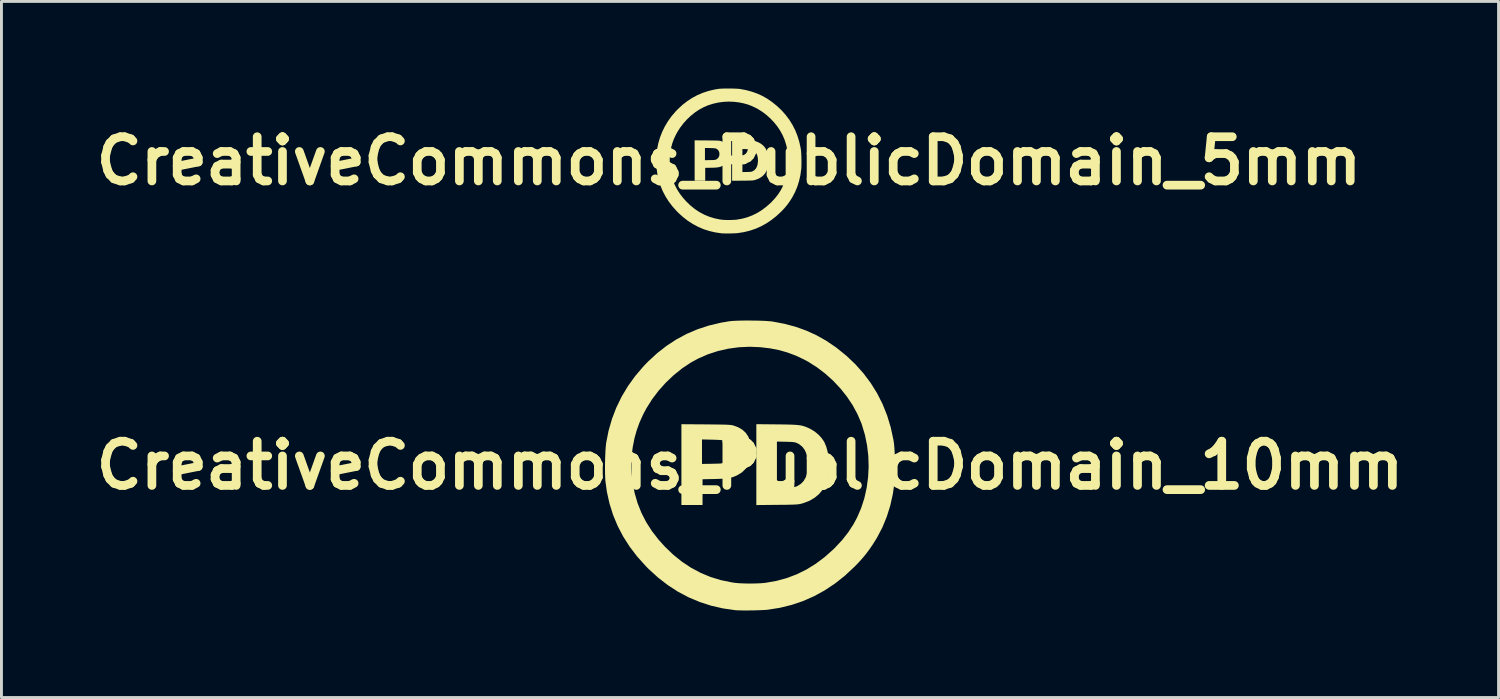
<source format=kicad_pcb>
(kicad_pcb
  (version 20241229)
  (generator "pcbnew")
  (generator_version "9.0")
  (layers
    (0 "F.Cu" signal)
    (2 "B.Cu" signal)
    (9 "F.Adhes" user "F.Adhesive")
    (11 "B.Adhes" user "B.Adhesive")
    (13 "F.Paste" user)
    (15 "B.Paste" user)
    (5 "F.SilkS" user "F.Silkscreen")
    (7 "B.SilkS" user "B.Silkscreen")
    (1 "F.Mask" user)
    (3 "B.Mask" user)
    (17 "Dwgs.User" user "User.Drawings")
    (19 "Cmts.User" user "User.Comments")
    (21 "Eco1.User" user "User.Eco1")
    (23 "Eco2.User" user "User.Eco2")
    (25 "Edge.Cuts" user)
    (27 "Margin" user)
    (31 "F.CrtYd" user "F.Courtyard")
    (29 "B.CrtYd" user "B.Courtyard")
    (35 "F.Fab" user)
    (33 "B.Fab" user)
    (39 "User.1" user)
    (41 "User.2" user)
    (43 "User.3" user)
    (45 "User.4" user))
  (footprint "CreativeCommons_PublicDomain_5mm"
    (layer "F.Cu")
    (at 22.069 2.496)
    (property "Reference" "CreativeCommons_PublicDomain_5mm" (at 0 0 0) (layer "F.SilkS") (effects (font (size 1.524 1.524) (thickness 0.3))))
    (attr board_only exclude_from_pos_files exclude_from_bom)
    (fp_poly (pts (xy -0.761 -0.707) (xy -0.66 -0.706) (xy -0.576 -0.705) (xy -0.506 -0.704) (xy -0.45 -0.703) (xy -0.404 -0.701) (xy -0.368 -0.7) (xy -0.34 -0.697) (xy -0.318 -0.695) (xy -0.301 -0.691) (xy -0.286 -0.688) (xy -0.201 -0.656) (xy -0.13 -0.614) (xy -0.073 -0.561) (xy -0.03 -0.496) (xy 0.002 -0.418) (xy 0.015 -0.361) (xy 0.026 -0.264) (xy 0.021 -0.171) (xy 0.002 -0.085) (xy -0.032 -0.007) (xy -0.079 0.062) (xy -0.14 0.12) (xy -0.208 0.163) (xy -0.249 0.183) (xy -0.288 0.198) (xy -0.327 0.21) (xy -0.37 0.219) (xy -0.42 0.225) (xy -0.479 0.23) (xy -0.552 0.233) (xy -0.607 0.234) (xy -0.818 0.238) (xy -0.818 0.682) (xy -1.182 0.682) (xy -1.182 -0.447) (xy -0.827 -0.447) (xy -0.827 -0.025) (xy -0.652 -0.029) (xy -0.591 -0.03) (xy -0.545 -0.031) (xy -0.511 -0.033) (xy -0.486 -0.036) (xy -0.467 -0.04) (xy -0.451 -0.046) (xy -0.435 -0.053) (xy -0.432 -0.055) (xy -0.388 -0.087) (xy -0.355 -0.128) (xy -0.335 -0.177) (xy -0.327 -0.229) (xy -0.331 -0.281) (xy -0.346 -0.331) (xy -0.373 -0.374) (xy -0.412 -0.409) (xy -0.439 -0.423) (xy -0.456 -0.429) (xy -0.479 -0.434) (xy -0.508 -0.438) (xy -0.549 -0.44) (xy -0.602 -0.442) (xy -0.652 -0.444) (xy -0.827 -0.447) (xy -1.182 -0.447) (xy -1.182 -0.71)) (stroke (width 0) (type solid)) (fill yes) (layer "F.SilkS"))
    (fp_poly (pts (xy 0.466 -0.707) (xy 0.566 -0.706) (xy 0.649 -0.704) (xy 0.719 -0.702) (xy 0.778 -0.699) (xy 0.826 -0.695) (xy 0.867 -0.69) (xy 0.903 -0.683) (xy 0.936 -0.673) (xy 0.968 -0.661) (xy 1.001 -0.647) (xy 1.038 -0.63) (xy 1.045 -0.626) (xy 1.113 -0.585) (xy 1.178 -0.532) (xy 1.234 -0.472) (xy 1.277 -0.408) (xy 1.28 -0.402) (xy 1.313 -0.325) (xy 1.337 -0.236) (xy 1.353 -0.137) (xy 1.36 -0.034) (xy 1.358 0.07) (xy 1.346 0.171) (xy 1.332 0.241) (xy 1.299 0.336) (xy 1.251 0.421) (xy 1.188 0.495) (xy 1.112 0.558) (xy 1.022 0.61) (xy 0.92 0.649) (xy 0.895 0.656) (xy 0.876 0.661) (xy 0.857 0.666) (xy 0.836 0.669) (xy 0.811 0.672) (xy 0.78 0.674) (xy 0.741 0.675) (xy 0.692 0.677) (xy 0.632 0.678) (xy 0.557 0.679) (xy 0.466 0.68) (xy 0.109 0.683) (xy 0.109 -0.411) (xy 0.464 -0.411) (xy 0.464 0.383) (xy 0.616 0.38) (xy 0.674 0.379) (xy 0.717 0.377) (xy 0.749 0.374) (xy 0.773 0.371) (xy 0.792 0.365) (xy 0.811 0.357) (xy 0.814 0.356) (xy 0.875 0.319) (xy 0.924 0.267) (xy 0.961 0.203) (xy 0.986 0.126) (xy 0.998 0.035) (xy 1 -0.014) (xy 0.994 -0.11) (xy 0.975 -0.194) (xy 0.944 -0.264) (xy 0.901 -0.322) (xy 0.846 -0.366) (xy 0.814 -0.383) (xy 0.795 -0.391) (xy 0.775 -0.397) (xy 0.751 -0.401) (xy 0.719 -0.404) (xy 0.677 -0.406) (xy 0.62 -0.407) (xy 0.616 -0.407) (xy 0.464 -0.411) (xy 0.109 -0.411) (xy 0.109 -0.711)) (stroke (width 0) (type solid)) (fill yes) (layer "F.SilkS"))
    (fp_poly (pts (xy 0.065 -2.496) (xy 0.149 -2.494) (xy 0.227 -2.491) (xy 0.297 -2.488) (xy 0.354 -2.483) (xy 0.391 -2.479) (xy 0.596 -2.439) (xy 0.789 -2.387) (xy 0.972 -2.322) (xy 1.146 -2.243) (xy 1.313 -2.149) (xy 1.474 -2.039) (xy 1.49 -2.027) (xy 1.661 -1.889) (xy 1.817 -1.741) (xy 1.957 -1.583) (xy 2.082 -1.416) (xy 2.191 -1.24) (xy 2.285 -1.055) (xy 2.362 -0.861) (xy 2.424 -0.658) (xy 2.47 -0.446) (xy 2.478 -0.4) (xy 2.484 -0.351) (xy 2.489 -0.288) (xy 2.493 -0.213) (xy 2.496 -0.132) (xy 2.498 -0.047) (xy 2.499 0.037) (xy 2.498 0.118) (xy 2.497 0.19) (xy 2.494 0.252) (xy 2.491 0.279) (xy 2.462 0.49) (xy 2.416 0.693) (xy 2.356 0.886) (xy 2.279 1.07) (xy 2.187 1.246) (xy 2.114 1.364) (xy 2.054 1.45) (xy 1.998 1.526) (xy 1.939 1.597) (xy 1.875 1.668) (xy 1.801 1.745) (xy 1.796 1.75) (xy 1.633 1.901) (xy 1.463 2.035) (xy 1.287 2.153) (xy 1.105 2.253) (xy 0.915 2.337) (xy 0.719 2.403) (xy 0.515 2.453) (xy 0.305 2.486) (xy 0.305 2.486) (xy 0.262 2.49) (xy 0.206 2.493) (xy 0.14 2.496) (xy 0.069 2.498) (xy -0.005 2.499) (xy -0.077 2.499) (xy -0.143 2.498) (xy -0.2 2.497) (xy -0.244 2.495) (xy -0.255 2.494) (xy -0.467 2.463) (xy -0.671 2.416) (xy -0.869 2.353) (xy -1.059 2.272) (xy -1.241 2.175) (xy -1.417 2.062) (xy -1.585 1.931) (xy -1.747 1.784) (xy -1.797 1.734) (xy -1.944 1.57) (xy -2.073 1.401) (xy -2.185 1.225) (xy -2.281 1.042) (xy -2.359 0.853) (xy -2.421 0.657) (xy -2.466 0.455) (xy -2.491 0.27) (xy -2.495 0.216) (xy -2.498 0.148) (xy -2.499 0.071) (xy -2.499 0.043) (xy -2.04 0.043) (xy -2.038 0.133) (xy -2.033 0.216) (xy -2.025 0.286) (xy -2.024 0.291) (xy -1.988 0.475) (xy -1.937 0.651) (xy -1.871 0.818) (xy -1.788 0.978) (xy -1.69 1.132) (xy -1.574 1.281) (xy -1.468 1.398) (xy -1.324 1.537) (xy -1.174 1.658) (xy -1.017 1.762) (xy -0.853 1.85) (xy -0.682 1.921) (xy -0.504 1.976) (xy -0.317 2.015) (xy -0.266 2.022) (xy -0.205 2.029) (xy -0.131 2.033) (xy -0.05 2.035) (xy 0.035 2.035) (xy 0.119 2.033) (xy 0.195 2.029) (xy 0.26 2.024) (xy 0.269 2.022) (xy 0.455 1.99) (xy 0.634 1.941) (xy 0.805 1.876) (xy 0.97 1.795) (xy 1.129 1.697) (xy 1.283 1.581) (xy 1.433 1.449) (xy 1.469 1.414) (xy 1.589 1.284) (xy 1.693 1.152) (xy 1.783 1.013) (xy 1.845 0.896) (xy 1.915 0.734) (xy 1.97 0.563) (xy 2.01 0.386) (xy 2.035 0.204) (xy 2.044 0.019) (xy 2.038 -0.166) (xy 2.016 -0.349) (xy 1.979 -0.53) (xy 1.926 -0.705) (xy 1.918 -0.729) (xy 1.851 -0.885) (xy 1.768 -1.038) (xy 1.67 -1.186) (xy 1.558 -1.326) (xy 1.434 -1.458) (xy 1.299 -1.579) (xy 1.156 -1.689) (xy 1.005 -1.785) (xy 0.925 -1.828) (xy 0.784 -1.894) (xy 0.643 -1.947) (xy 0.498 -1.987) (xy 0.346 -2.017) (xy 0.182 -2.037) (xy 0.177 -2.037) (xy -0.008 -2.045) (xy -0.193 -2.036) (xy -0.376 -2.011) (xy -0.553 -1.97) (xy -0.725 -1.915) (xy -0.888 -1.844) (xy -1.018 -1.773) (xy -1.17 -1.672) (xy -1.315 -1.556) (xy -1.451 -1.427) (xy -1.576 -1.287) (xy -1.688 -1.138) (xy -1.786 -0.983) (xy -1.841 -0.878) (xy -1.903 -0.742) (xy -1.952 -0.608) (xy -1.99 -0.47) (xy -2.019 -0.324) (xy -2.024 -0.291) (xy -2.032 -0.222) (xy -2.038 -0.14) (xy -2.04 -0.05) (xy -2.04 0.043) (xy -2.499 0.043) (xy -2.498 -0.012) (xy -2.497 -0.096) (xy -2.494 -0.179) (xy -2.49 -0.256) (xy -2.486 -0.324) (xy -2.48 -0.379) (xy -2.478 -0.391) (xy -2.437 -0.6) (xy -2.378 -0.802) (xy -2.303 -0.997) (xy -2.211 -1.186) (xy -2.103 -1.366) (xy -1.979 -1.54) (xy -1.838 -1.705) (xy -1.759 -1.786) (xy -1.603 -1.931) (xy -1.439 -2.059) (xy -1.268 -2.171) (xy -1.09 -2.267) (xy -0.902 -2.347) (xy -0.706 -2.411) (xy -0.5 -2.46) (xy -0.359 -2.484) (xy -0.314 -2.488) (xy -0.255 -2.492) (xy -0.183 -2.494) (xy -0.104 -2.496) (xy -0.02 -2.496)) (stroke (width 0) (type solid)) (fill yes) (layer "F.SilkS")))
  (footprint "CreativeCommons_PublicDomain_10mm"
    (layer "F.Cu")
    (at 22.795 12.988)
    (property "Reference" "CreativeCommons_PublicDomain_10mm" (at 0 0 0) (layer "F.SilkS") (effects (font (size 1.524 1.524) (thickness 0.3))))
    (attr board_only exclude_from_pos_files exclude_from_bom)
    (fp_poly (pts (xy -1.523 -1.414) (xy -1.321 -1.412) (xy -1.152 -1.41) (xy -1.013 -1.408) (xy -0.899 -1.406) (xy -0.808 -1.403) (xy -0.737 -1.399) (xy -0.681 -1.395) (xy -0.637 -1.389) (xy -0.601 -1.383) (xy -0.573 -1.376) (xy -0.402 -1.312) (xy -0.26 -1.228) (xy -0.146 -1.122) (xy -0.059 -0.992) (xy 0.003 -0.836) (xy 0.031 -0.721) (xy 0.052 -0.527) (xy 0.043 -0.343) (xy 0.004 -0.17) (xy -0.064 -0.014) (xy -0.159 0.124) (xy -0.279 0.24) (xy -0.416 0.326) (xy -0.499 0.366) (xy -0.576 0.397) (xy -0.654 0.421) (xy -0.74 0.438) (xy -0.84 0.451) (xy -0.959 0.459) (xy -1.104 0.465) (xy -1.214 0.468) (xy -1.636 0.477) (xy -1.636 1.364) (xy -2.364 1.364) (xy -2.364 -0.895) (xy -1.655 -0.895) (xy -1.655 -0.051) (xy -1.304 -0.057) (xy -1.182 -0.06) (xy -1.09 -0.062) (xy -1.022 -0.066) (xy -0.972 -0.072) (xy -0.934 -0.08) (xy -0.902 -0.091) (xy -0.87 -0.107) (xy -0.863 -0.11) (xy -0.775 -0.174) (xy -0.711 -0.257) (xy -0.671 -0.354) (xy -0.654 -0.458) (xy -0.661 -0.562) (xy -0.692 -0.662) (xy -0.746 -0.749) (xy -0.823 -0.818) (xy -0.878 -0.847) (xy -0.913 -0.859) (xy -0.957 -0.868) (xy -1.017 -0.875) (xy -1.097 -0.88) (xy -1.204 -0.884) (xy -1.305 -0.887) (xy -1.655 -0.895) (xy -2.364 -0.895) (xy -2.364 -1.42)) (stroke (width 0) (type solid)) (fill yes) (layer "F.SilkS"))
    (fp_poly (pts (xy 0.932 -1.414) (xy 1.131 -1.412) (xy 1.299 -1.409) (xy 1.439 -1.405) (xy 1.555 -1.399) (xy 1.652 -1.391) (xy 1.735 -1.38) (xy 1.807 -1.365) (xy 1.872 -1.346) (xy 1.936 -1.323) (xy 2.003 -1.294) (xy 2.076 -1.259) (xy 2.09 -1.252) (xy 2.226 -1.17) (xy 2.355 -1.064) (xy 2.467 -0.943) (xy 2.554 -0.817) (xy 2.56 -0.805) (xy 2.626 -0.65) (xy 2.675 -0.471) (xy 2.706 -0.275) (xy 2.72 -0.068) (xy 2.716 0.14) (xy 2.693 0.343) (xy 2.664 0.482) (xy 2.597 0.672) (xy 2.501 0.841) (xy 2.376 0.99) (xy 2.224 1.116) (xy 2.045 1.22) (xy 1.84 1.298) (xy 1.791 1.313) (xy 1.752 1.323) (xy 1.713 1.331) (xy 1.671 1.338) (xy 1.621 1.343) (xy 1.56 1.347) (xy 1.482 1.351) (xy 1.385 1.353) (xy 1.263 1.356) (xy 1.113 1.357) (xy 0.932 1.359) (xy 0.218 1.366) (xy 0.218 -0.822) (xy 0.927 -0.822) (xy 0.927 0.767) (xy 1.232 0.76) (xy 1.347 0.758) (xy 1.434 0.754) (xy 1.497 0.749) (xy 1.545 0.741) (xy 1.585 0.73) (xy 1.622 0.715) (xy 1.627 0.713) (xy 1.75 0.637) (xy 1.849 0.535) (xy 1.923 0.406) (xy 1.972 0.251) (xy 1.997 0.07) (xy 2 -0.027) (xy 1.988 -0.22) (xy 1.95 -0.387) (xy 1.888 -0.529) (xy 1.802 -0.644) (xy 1.692 -0.733) (xy 1.627 -0.767) (xy 1.589 -0.782) (xy 1.55 -0.794) (xy 1.502 -0.802) (xy 1.439 -0.808) (xy 1.354 -0.812) (xy 1.24 -0.815) (xy 1.232 -0.815) (xy 0.927 -0.822) (xy 0.218 -0.822) (xy 0.218 -1.421)) (stroke (width 0) (type solid)) (fill yes) (layer "F.SilkS"))
    (fp_poly (pts (xy 0.131 -4.991) (xy 0.298 -4.988) (xy 0.454 -4.983) (xy 0.593 -4.975) (xy 0.708 -4.966) (xy 0.782 -4.957) (xy 1.192 -4.879) (xy 1.578 -4.775) (xy 1.943 -4.644) (xy 2.291 -4.485) (xy 2.625 -4.297) (xy 2.948 -4.078) (xy 2.98 -4.055) (xy 3.323 -3.778) (xy 3.634 -3.482) (xy 3.915 -3.166) (xy 4.164 -2.833) (xy 4.383 -2.48) (xy 4.57 -2.11) (xy 4.725 -1.721) (xy 4.848 -1.315) (xy 4.94 -0.892) (xy 4.955 -0.8) (xy 4.967 -0.702) (xy 4.977 -0.575) (xy 4.986 -0.427) (xy 4.992 -0.264) (xy 4.996 -0.094) (xy 4.998 0.074) (xy 4.997 0.235) (xy 4.993 0.381) (xy 4.987 0.503) (xy 4.983 0.557) (xy 4.923 0.981) (xy 4.833 1.385) (xy 4.711 1.772) (xy 4.559 2.141) (xy 4.374 2.493) (xy 4.228 2.727) (xy 4.109 2.9) (xy 3.995 3.052) (xy 3.879 3.194) (xy 3.751 3.336) (xy 3.603 3.489) (xy 3.591 3.5) (xy 3.266 3.803) (xy 2.927 4.071) (xy 2.575 4.305) (xy 2.209 4.506) (xy 1.83 4.673) (xy 1.437 4.806) (xy 1.031 4.906) (xy 0.61 4.973) (xy 0.609 4.973) (xy 0.524 4.98) (xy 0.412 4.986) (xy 0.281 4.991) (xy 0.138 4.995) (xy -0.01 4.997) (xy -0.153 4.998) (xy -0.286 4.997) (xy -0.4 4.994) (xy -0.488 4.99) (xy -0.509 4.988) (xy -0.933 4.927) (xy -1.343 4.833) (xy -1.737 4.705) (xy -2.117 4.545) (xy -2.483 4.351) (xy -2.834 4.124) (xy -3.171 3.863) (xy -3.494 3.569) (xy -3.594 3.467) (xy -3.887 3.141) (xy -4.146 2.802) (xy -4.371 2.449) (xy -4.562 2.084) (xy -4.719 1.706) (xy -4.842 1.314) (xy -4.932 0.91) (xy -4.983 0.54) (xy -4.99 0.432) (xy -4.995 0.297) (xy -4.997 0.142) (xy -4.997 0.086) (xy -4.081 0.086) (xy -4.076 0.267) (xy -4.065 0.432) (xy -4.05 0.573) (xy -4.048 0.582) (xy -3.976 0.951) (xy -3.874 1.301) (xy -3.741 1.636) (xy -3.577 1.956) (xy -3.379 2.264) (xy -3.148 2.562) (xy -2.936 2.797) (xy -2.648 3.074) (xy -2.348 3.316) (xy -2.034 3.525) (xy -1.706 3.7) (xy -1.364 3.843) (xy -1.008 3.952) (xy -0.635 4.029) (xy -0.531 4.045) (xy -0.41 4.057) (xy -0.263 4.065) (xy -0.099 4.07) (xy 0.071 4.07) (xy 0.237 4.066) (xy 0.391 4.059) (xy 0.52 4.047) (xy 0.539 4.045) (xy 0.911 3.979) (xy 1.268 3.882) (xy 1.61 3.752) (xy 1.94 3.59) (xy 2.259 3.393) (xy 2.567 3.163) (xy 2.865 2.898) (xy 2.937 2.827) (xy 3.178 2.569) (xy 3.386 2.303) (xy 3.566 2.026) (xy 3.691 1.793) (xy 3.831 1.468) (xy 3.941 1.126) (xy 4.02 0.771) (xy 4.069 0.408) (xy 4.088 0.039) (xy 4.076 -0.331) (xy 4.032 -0.699) (xy 3.958 -1.06) (xy 3.852 -1.411) (xy 3.836 -1.457) (xy 3.702 -1.77) (xy 3.536 -2.076) (xy 3.339 -2.371) (xy 3.115 -2.652) (xy 2.867 -2.916) (xy 2.598 -3.159) (xy 2.311 -3.378) (xy 2.009 -3.57) (xy 1.85 -3.656) (xy 1.567 -3.788) (xy 1.285 -3.893) (xy 0.996 -3.975) (xy 0.691 -4.034) (xy 0.363 -4.073) (xy 0.355 -4.074) (xy -0.017 -4.089) (xy -0.387 -4.072) (xy -0.751 -4.022) (xy -1.107 -3.941) (xy -1.45 -3.829) (xy -1.777 -3.687) (xy -2.036 -3.546) (xy -2.34 -3.344) (xy -2.629 -3.111) (xy -2.901 -2.853) (xy -3.151 -2.574) (xy -3.376 -2.277) (xy -3.571 -1.966) (xy -3.682 -1.757) (xy -3.806 -1.483) (xy -3.903 -1.215) (xy -3.98 -0.941) (xy -4.038 -0.647) (xy -4.048 -0.582) (xy -4.064 -0.443) (xy -4.075 -0.279) (xy -4.081 -0.099) (xy -4.081 0.086) (xy -4.997 0.086) (xy -4.997 -0.023) (xy -4.994 -0.193) (xy -4.988 -0.358) (xy -4.981 -0.513) (xy -4.971 -0.648) (xy -4.959 -0.757) (xy -4.956 -0.782) (xy -4.873 -1.199) (xy -4.756 -1.604) (xy -4.606 -1.995) (xy -4.423 -2.371) (xy -4.206 -2.733) (xy -3.957 -3.079) (xy -3.675 -3.41) (xy -3.519 -3.573) (xy -3.205 -3.863) (xy -2.878 -4.119) (xy -2.537 -4.342) (xy -2.179 -4.534) (xy -1.805 -4.693) (xy -1.413 -4.821) (xy -1.001 -4.919) (xy -0.718 -4.967) (xy -0.628 -4.977) (xy -0.509 -4.984) (xy -0.367 -4.989) (xy -0.208 -4.992) (xy -0.04 -4.992)) (stroke (width 0) (type solid)) (fill yes) (layer "F.SilkS")))
  (gr_rect
    (start -3 -3)
    (end 48.589 20.986)
    (stroke (width 0.1) (type default))
    (fill no)
    (layer "Edge.Cuts")))
</source>
